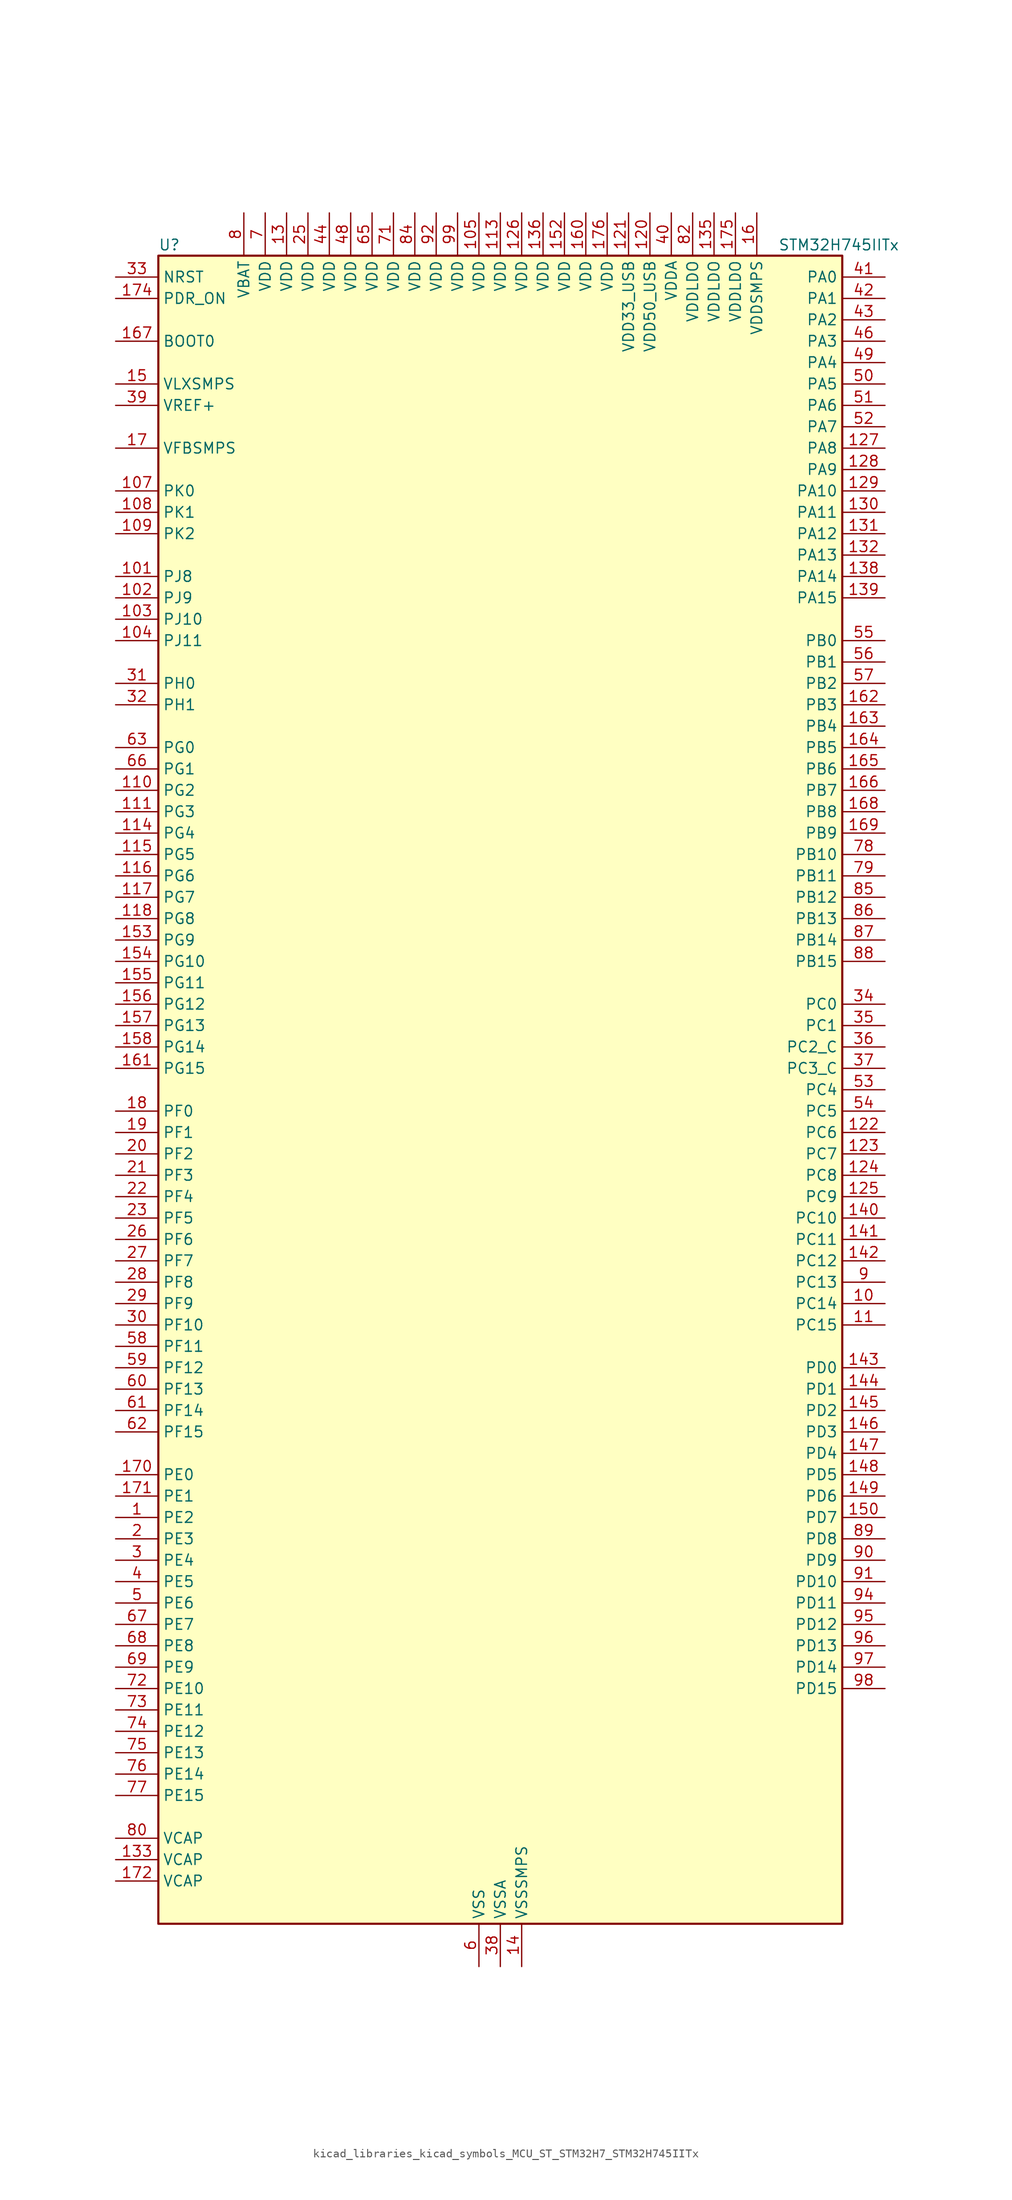
<source format=kicad_sym>
(kicad_symbol_lib
  (version 20220914)
  (generator kicad_symbol_editor)
  (symbol "kicad_libraries_kicad_symbols_MCU_ST_STM32H7_STM32H745IITx"
    (property "Reference" "U"
      (at -40.64 100.33 0)
      (effects (font (size 1.27 1.27)) (justify left)))
    (property "Value" "STM32H745IITx"
      (at 33.02 100.33 0)
      (effects (font (size 1.27 1.27)) (justify left)))
    (property "ki_locked" ""
      (at 0 0 0)
      (effects (font (size 1.27 1.27))))
    (symbol "kicad_libraries_kicad_symbols_MCU_ST_STM32H7_STM32H745IITx_0_1"
      (rectangle (start -40.64 -99.06) (end 40.64 99.06) (stroke (width 0.254) (type default)) (fill (type background))))
    (symbol "kicad_libraries_kicad_symbols_MCU_ST_STM32H7_STM32H745IITx_1_1"
      (pin bidirectional line (at -45.72 -50.8 0) (length 5.08) (name "PE2" (effects (font (size 1.27 1.27)))) (number "1" (effects (font (size 1.27 1.27)))) (alternate "DEBUG_TRACECLK" bidirectional line) (alternate "ETH_TXD3" bidirectional line) (alternate "FMC_A23" bidirectional line) (alternate "QUADSPI_BK1_IO2" bidirectional line) (alternate "SAI1_CK1" bidirectional line) (alternate "SAI1_MCLK_A" bidirectional line) (alternate "SAI4_CK1" bidirectional line) (alternate "SAI4_MCLK_A" bidirectional line) (alternate "SPI4_SCK" bidirectional line))
      (pin bidirectional line (at 45.72 -25.4 180) (length 5.08) (name "PC14" (effects (font (size 1.27 1.27)))) (number "10" (effects (font (size 1.27 1.27)))) (alternate "RCC_OSC32_IN" bidirectional line))
      (pin passive line (at -2.54 -104.14 90) (length 5.08) hide (name "VSS" (effects (font (size 1.27 1.27)))) (number "100" (effects (font (size 1.27 1.27)))))
      (pin bidirectional line (at -45.72 60.96 0) (length 5.08) (name "PJ8" (effects (font (size 1.27 1.27)))) (number "101" (effects (font (size 1.27 1.27)))) (alternate "LTDC_G1" bidirectional line) (alternate "TIM1_CH3N" bidirectional line) (alternate "TIM8_CH1" bidirectional line) (alternate "UART8_TX" bidirectional line))
      (pin bidirectional line (at -45.72 58.42 0) (length 5.08) (name "PJ9" (effects (font (size 1.27 1.27)))) (number "102" (effects (font (size 1.27 1.27)))) (alternate "DAC1_EXTI9" bidirectional line) (alternate "LTDC_G2" bidirectional line) (alternate "TIM1_CH3" bidirectional line) (alternate "TIM8_CH1N" bidirectional line) (alternate "UART8_RX" bidirectional line))
      (pin bidirectional line (at -45.72 55.88 0) (length 5.08) (name "PJ10" (effects (font (size 1.27 1.27)))) (number "103" (effects (font (size 1.27 1.27)))) (alternate "LTDC_G3" bidirectional line) (alternate "SPI5_MOSI" bidirectional line) (alternate "TIM1_CH2N" bidirectional line) (alternate "TIM8_CH2" bidirectional line))
      (pin bidirectional line (at -45.72 53.34 0) (length 5.08) (name "PJ11" (effects (font (size 1.27 1.27)))) (number "104" (effects (font (size 1.27 1.27)))) (alternate "ADC1_EXTI11" bidirectional line) (alternate "ADC2_EXTI11" bidirectional line) (alternate "ADC3_EXTI11" bidirectional line) (alternate "LTDC_G4" bidirectional line) (alternate "SPI5_MISO" bidirectional line) (alternate "TIM1_CH2" bidirectional line) (alternate "TIM8_CH2N" bidirectional line))
      (pin power_in line (at -2.54 104.14 270) (length 5.08) (name "VDD" (effects (font (size 1.27 1.27)))) (number "105" (effects (font (size 1.27 1.27)))))
      (pin passive line (at -2.54 -104.14 90) (length 5.08) hide (name "VSS" (effects (font (size 1.27 1.27)))) (number "106" (effects (font (size 1.27 1.27)))))
      (pin bidirectional line (at -45.72 71.12 0) (length 5.08) (name "PK0" (effects (font (size 1.27 1.27)))) (number "107" (effects (font (size 1.27 1.27)))) (alternate "LTDC_G5" bidirectional line) (alternate "SPI5_SCK" bidirectional line) (alternate "TIM1_CH1N" bidirectional line) (alternate "TIM8_CH3" bidirectional line))
      (pin bidirectional line (at -45.72 68.58 0) (length 5.08) (name "PK1" (effects (font (size 1.27 1.27)))) (number "108" (effects (font (size 1.27 1.27)))) (alternate "LTDC_G6" bidirectional line) (alternate "SPI5_NSS" bidirectional line) (alternate "TIM1_CH1" bidirectional line) (alternate "TIM8_CH3N" bidirectional line))
      (pin bidirectional line (at -45.72 66.04 0) (length 5.08) (name "PK2" (effects (font (size 1.27 1.27)))) (number "109" (effects (font (size 1.27 1.27)))) (alternate "LTDC_G7" bidirectional line) (alternate "TIM1_BKIN" bidirectional line) (alternate "TIM1_BKIN_COMP1" bidirectional line) (alternate "TIM1_BKIN_COMP2" bidirectional line) (alternate "TIM8_BKIN" bidirectional line) (alternate "TIM8_BKIN_COMP1" bidirectional line) (alternate "TIM8_BKIN_COMP2" bidirectional line))
      (pin bidirectional line (at 45.72 -27.94 180) (length 5.08) (name "PC15" (effects (font (size 1.27 1.27)))) (number "11" (effects (font (size 1.27 1.27)))) (alternate "ADC1_EXTI15" bidirectional line) (alternate "ADC2_EXTI15" bidirectional line) (alternate "ADC3_EXTI15" bidirectional line) (alternate "RCC_OSC32_OUT" bidirectional line))
      (pin bidirectional line (at -45.72 35.56 0) (length 5.08) (name "PG2" (effects (font (size 1.27 1.27)))) (number "110" (effects (font (size 1.27 1.27)))) (alternate "FMC_A12" bidirectional line) (alternate "TIM8_BKIN" bidirectional line) (alternate "TIM8_BKIN_COMP1" bidirectional line) (alternate "TIM8_BKIN_COMP2" bidirectional line))
      (pin bidirectional line (at -45.72 33.02 0) (length 5.08) (name "PG3" (effects (font (size 1.27 1.27)))) (number "111" (effects (font (size 1.27 1.27)))) (alternate "FMC_A13" bidirectional line) (alternate "TIM8_BKIN2" bidirectional line) (alternate "TIM8_BKIN2_COMP1" bidirectional line) (alternate "TIM8_BKIN2_COMP2" bidirectional line))
      (pin passive line (at -2.54 -104.14 90) (length 5.08) hide (name "VSS" (effects (font (size 1.27 1.27)))) (number "112" (effects (font (size 1.27 1.27)))))
      (pin power_in line (at 0 104.14 270) (length 5.08) (name "VDD" (effects (font (size 1.27 1.27)))) (number "113" (effects (font (size 1.27 1.27)))))
      (pin bidirectional line (at -45.72 30.48 0) (length 5.08) (name "PG4" (effects (font (size 1.27 1.27)))) (number "114" (effects (font (size 1.27 1.27)))) (alternate "FMC_A14" bidirectional line) (alternate "FMC_BA0" bidirectional line) (alternate "TIM1_BKIN2" bidirectional line) (alternate "TIM1_BKIN2_COMP1" bidirectional line) (alternate "TIM1_BKIN2_COMP2" bidirectional line))
      (pin bidirectional line (at -45.72 27.94 0) (length 5.08) (name "PG5" (effects (font (size 1.27 1.27)))) (number "115" (effects (font (size 1.27 1.27)))) (alternate "FMC_A15" bidirectional line) (alternate "FMC_BA1" bidirectional line) (alternate "TIM1_ETR" bidirectional line))
      (pin bidirectional line (at -45.72 25.4 0) (length 5.08) (name "PG6" (effects (font (size 1.27 1.27)))) (number "116" (effects (font (size 1.27 1.27)))) (alternate "DCMI_D12" bidirectional line) (alternate "FMC_NE3" bidirectional line) (alternate "HRTIM_CHE1" bidirectional line) (alternate "LTDC_R7" bidirectional line) (alternate "QUADSPI_BK1_NCS" bidirectional line) (alternate "TIM17_BKIN" bidirectional line))
      (pin bidirectional line (at -45.72 22.86 0) (length 5.08) (name "PG7" (effects (font (size 1.27 1.27)))) (number "117" (effects (font (size 1.27 1.27)))) (alternate "DCMI_D13" bidirectional line) (alternate "FMC_INT" bidirectional line) (alternate "HRTIM_CHE2" bidirectional line) (alternate "LTDC_CLK" bidirectional line) (alternate "SAI1_MCLK_A" bidirectional line) (alternate "USART6_CK" bidirectional line))
      (pin bidirectional line (at -45.72 20.32 0) (length 5.08) (name "PG8" (effects (font (size 1.27 1.27)))) (number "118" (effects (font (size 1.27 1.27)))) (alternate "ETH_PPS_OUT" bidirectional line) (alternate "FMC_SDCLK" bidirectional line) (alternate "LTDC_G7" bidirectional line) (alternate "SPDIFRX1_IN2" bidirectional line) (alternate "SPI6_NSS" bidirectional line) (alternate "TIM8_ETR" bidirectional line) (alternate "USART6_DE" bidirectional line) (alternate "USART6_RTS" bidirectional line))
      (pin passive line (at -2.54 -104.14 90) (length 5.08) hide (name "VSS" (effects (font (size 1.27 1.27)))) (number "119" (effects (font (size 1.27 1.27)))))
      (pin passive line (at -2.54 -104.14 90) (length 5.08) hide (name "VSS" (effects (font (size 1.27 1.27)))) (number "12" (effects (font (size 1.27 1.27)))))
      (pin power_in line (at 17.78 104.14 270) (length 5.08) (name "VDD50_USB" (effects (font (size 1.27 1.27)))) (number "120" (effects (font (size 1.27 1.27)))))
      (pin power_in line (at 15.24 104.14 270) (length 5.08) (name "VDD33_USB" (effects (font (size 1.27 1.27)))) (number "121" (effects (font (size 1.27 1.27)))))
      (pin bidirectional line (at 45.72 -5.08 180) (length 5.08) (name "PC6" (effects (font (size 1.27 1.27)))) (number "122" (effects (font (size 1.27 1.27)))) (alternate "DCMI_D0" bidirectional line) (alternate "DFSDM1_CKIN3" bidirectional line) (alternate "FMC_NWAIT" bidirectional line) (alternate "HRTIM_CHA1" bidirectional line) (alternate "I2S2_MCK" bidirectional line) (alternate "LTDC_HSYNC" bidirectional line) (alternate "SDMMC1_D0DIR" bidirectional line) (alternate "SDMMC1_D6" bidirectional line) (alternate "SDMMC2_D6" bidirectional line) (alternate "SWPMI1_IO" bidirectional line) (alternate "TIM3_CH1" bidirectional line) (alternate "TIM8_CH1" bidirectional line) (alternate "USART6_TX" bidirectional line))
      (pin bidirectional line (at 45.72 -7.62 180) (length 5.08) (name "PC7" (effects (font (size 1.27 1.27)))) (number "123" (effects (font (size 1.27 1.27)))) (alternate "DCMI_D1" bidirectional line) (alternate "DEBUG_TRGIO" bidirectional line) (alternate "DFSDM1_DATIN3" bidirectional line) (alternate "FMC_NE1" bidirectional line) (alternate "HRTIM_CHA2" bidirectional line) (alternate "I2S3_MCK" bidirectional line) (alternate "LTDC_G6" bidirectional line) (alternate "SDMMC1_D123DIR" bidirectional line) (alternate "SDMMC1_D7" bidirectional line) (alternate "SDMMC2_D7" bidirectional line) (alternate "SWPMI1_TX" bidirectional line) (alternate "TIM3_CH2" bidirectional line) (alternate "TIM8_CH2" bidirectional line) (alternate "USART6_RX" bidirectional line))
      (pin bidirectional line (at 45.72 -10.16 180) (length 5.08) (name "PC8" (effects (font (size 1.27 1.27)))) (number "124" (effects (font (size 1.27 1.27)))) (alternate "DCMI_D2" bidirectional line) (alternate "DEBUG_TRACED1" bidirectional line) (alternate "FMC_NCE" bidirectional line) (alternate "FMC_NE2" bidirectional line) (alternate "HRTIM_CHB1" bidirectional line) (alternate "SDMMC1_D0" bidirectional line) (alternate "SWPMI1_RX" bidirectional line) (alternate "TIM3_CH3" bidirectional line) (alternate "TIM8_CH3" bidirectional line) (alternate "UART5_DE" bidirectional line) (alternate "UART5_RTS" bidirectional line) (alternate "USART6_CK" bidirectional line))
      (pin bidirectional line (at 45.72 -12.7 180) (length 5.08) (name "PC9" (effects (font (size 1.27 1.27)))) (number "125" (effects (font (size 1.27 1.27)))) (alternate "DAC1_EXTI9" bidirectional line) (alternate "DCMI_D3" bidirectional line) (alternate "I2C3_SDA" bidirectional line) (alternate "I2S_CKIN" bidirectional line) (alternate "LTDC_B2" bidirectional line) (alternate "LTDC_G3" bidirectional line) (alternate "QUADSPI_BK1_IO0" bidirectional line) (alternate "RCC_MCO_2" bidirectional line) (alternate "SDMMC1_D1" bidirectional line) (alternate "SWPMI1_SUSPEND" bidirectional line) (alternate "TIM3_CH4" bidirectional line) (alternate "TIM8_CH4" bidirectional line) (alternate "UART5_CTS" bidirectional line))
      (pin power_in line (at 2.54 104.14 270) (length 5.08) (name "VDD" (effects (font (size 1.27 1.27)))) (number "126" (effects (font (size 1.27 1.27)))))
      (pin bidirectional line (at 45.72 76.2 180) (length 5.08) (name "PA8" (effects (font (size 1.27 1.27)))) (number "127" (effects (font (size 1.27 1.27)))) (alternate "HRTIM_CHB2" bidirectional line) (alternate "I2C3_SCL" bidirectional line) (alternate "LTDC_B3" bidirectional line) (alternate "LTDC_R6" bidirectional line) (alternate "RCC_MCO_1" bidirectional line) (alternate "TIM1_CH1" bidirectional line) (alternate "TIM8_BKIN2" bidirectional line) (alternate "TIM8_BKIN2_COMP1" bidirectional line) (alternate "TIM8_BKIN2_COMP2" bidirectional line) (alternate "UART7_RX" bidirectional line) (alternate "USART1_CK" bidirectional line) (alternate "USB_OTG_FS_SOF" bidirectional line))
      (pin bidirectional line (at 45.72 73.66 180) (length 5.08) (name "PA9" (effects (font (size 1.27 1.27)))) (number "128" (effects (font (size 1.27 1.27)))) (alternate "DAC1_EXTI9" bidirectional line) (alternate "DCMI_D0" bidirectional line) (alternate "HRTIM_CHC1" bidirectional line) (alternate "I2C3_SMBA" bidirectional line) (alternate "I2S2_CK" bidirectional line) (alternate "LPUART1_TX" bidirectional line) (alternate "LTDC_R5" bidirectional line) (alternate "SPI2_SCK" bidirectional line) (alternate "TIM1_CH2" bidirectional line) (alternate "USART1_TX" bidirectional line) (alternate "USB_OTG_FS_VBUS" bidirectional line))
      (pin bidirectional line (at 45.72 71.12 180) (length 5.08) (name "PA10" (effects (font (size 1.27 1.27)))) (number "129" (effects (font (size 1.27 1.27)))) (alternate "DCMI_D1" bidirectional line) (alternate "HRTIM_CHC2" bidirectional line) (alternate "LPUART1_RX" bidirectional line) (alternate "LTDC_B1" bidirectional line) (alternate "LTDC_B4" bidirectional line) (alternate "MDIOS_MDIO" bidirectional line) (alternate "TIM1_CH3" bidirectional line) (alternate "USART1_RX" bidirectional line) (alternate "USB_OTG_FS_ID" bidirectional line))
      (pin power_in line (at -25.4 104.14 270) (length 5.08) (name "VDD" (effects (font (size 1.27 1.27)))) (number "13" (effects (font (size 1.27 1.27)))))
      (pin bidirectional line (at 45.72 68.58 180) (length 5.08) (name "PA11" (effects (font (size 1.27 1.27)))) (number "130" (effects (font (size 1.27 1.27)))) (alternate "ADC1_EXTI11" bidirectional line) (alternate "ADC2_EXTI11" bidirectional line) (alternate "ADC3_EXTI11" bidirectional line) (alternate "FDCAN1_RX" bidirectional line) (alternate "HRTIM_CHD1" bidirectional line) (alternate "I2S2_WS" bidirectional line) (alternate "LPUART1_CTS" bidirectional line) (alternate "LTDC_R4" bidirectional line) (alternate "SPI2_NSS" bidirectional line) (alternate "TIM1_CH4" bidirectional line) (alternate "UART4_RX" bidirectional line) (alternate "USART1_CTS" bidirectional line) (alternate "USART1_NSS" bidirectional line) (alternate "USB_OTG_FS_DM" bidirectional line))
      (pin bidirectional line (at 45.72 66.04 180) (length 5.08) (name "PA12" (effects (font (size 1.27 1.27)))) (number "131" (effects (font (size 1.27 1.27)))) (alternate "FDCAN1_TX" bidirectional line) (alternate "HRTIM_CHD2" bidirectional line) (alternate "I2S2_CK" bidirectional line) (alternate "LPUART1_DE" bidirectional line) (alternate "LPUART1_RTS" bidirectional line) (alternate "LTDC_R5" bidirectional line) (alternate "SAI2_FS_B" bidirectional line) (alternate "SPI2_SCK" bidirectional line) (alternate "TIM1_ETR" bidirectional line) (alternate "UART4_TX" bidirectional line) (alternate "USART1_DE" bidirectional line) (alternate "USART1_RTS" bidirectional line) (alternate "USB_OTG_FS_DP" bidirectional line))
      (pin bidirectional line (at 45.72 63.5 180) (length 5.08) (name "PA13" (effects (font (size 1.27 1.27)))) (number "132" (effects (font (size 1.27 1.27)))) (alternate "DEBUG_JTMS-SWDIO" bidirectional line))
      (pin power_out line (at -45.72 -91.44 0) (length 5.08) (name "VCAP" (effects (font (size 1.27 1.27)))) (number "133" (effects (font (size 1.27 1.27)))))
      (pin passive line (at -2.54 -104.14 90) (length 5.08) hide (name "VSS" (effects (font (size 1.27 1.27)))) (number "134" (effects (font (size 1.27 1.27)))))
      (pin power_in line (at 25.4 104.14 270) (length 5.08) (name "VDDLDO" (effects (font (size 1.27 1.27)))) (number "135" (effects (font (size 1.27 1.27)))))
      (pin power_in line (at 5.08 104.14 270) (length 5.08) (name "VDD" (effects (font (size 1.27 1.27)))) (number "136" (effects (font (size 1.27 1.27)))))
      (pin passive line (at -2.54 -104.14 90) (length 5.08) hide (name "VSS" (effects (font (size 1.27 1.27)))) (number "137" (effects (font (size 1.27 1.27)))))
      (pin bidirectional line (at 45.72 60.96 180) (length 5.08) (name "PA14" (effects (font (size 1.27 1.27)))) (number "138" (effects (font (size 1.27 1.27)))) (alternate "DEBUG_JTCK-SWCLK" bidirectional line))
      (pin bidirectional line (at 45.72 58.42 180) (length 5.08) (name "PA15" (effects (font (size 1.27 1.27)))) (number "139" (effects (font (size 1.27 1.27)))) (alternate "ADC1_EXTI15" bidirectional line) (alternate "ADC2_EXTI15" bidirectional line) (alternate "ADC3_EXTI15" bidirectional line) (alternate "CEC" bidirectional line) (alternate "DEBUG_JTDI" bidirectional line) (alternate "HRTIM_FLT1" bidirectional line) (alternate "I2S1_WS" bidirectional line) (alternate "I2S3_WS" bidirectional line) (alternate "SPI1_NSS" bidirectional line) (alternate "SPI3_NSS" bidirectional line) (alternate "SPI6_NSS" bidirectional line) (alternate "TIM2_CH1" bidirectional line) (alternate "TIM2_ETR" bidirectional line) (alternate "UART4_DE" bidirectional line) (alternate "UART4_RTS" bidirectional line) (alternate "UART7_TX" bidirectional line))
      (pin power_in line (at 2.54 -104.14 90) (length 5.08) (name "VSSSMPS" (effects (font (size 1.27 1.27)))) (number "14" (effects (font (size 1.27 1.27)))))
      (pin bidirectional line (at 45.72 -15.24 180) (length 5.08) (name "PC10" (effects (font (size 1.27 1.27)))) (number "140" (effects (font (size 1.27 1.27)))) (alternate "DCMI_D8" bidirectional line) (alternate "DFSDM1_CKIN5" bidirectional line) (alternate "HRTIM_EEV1" bidirectional line) (alternate "I2S3_CK" bidirectional line) (alternate "LTDC_R2" bidirectional line) (alternate "QUADSPI_BK1_IO1" bidirectional line) (alternate "SDMMC1_D2" bidirectional line) (alternate "SPI3_SCK" bidirectional line) (alternate "UART4_TX" bidirectional line) (alternate "USART3_TX" bidirectional line))
      (pin bidirectional line (at 45.72 -17.78 180) (length 5.08) (name "PC11" (effects (font (size 1.27 1.27)))) (number "141" (effects (font (size 1.27 1.27)))) (alternate "ADC1_EXTI11" bidirectional line) (alternate "ADC2_EXTI11" bidirectional line) (alternate "ADC3_EXTI11" bidirectional line) (alternate "DCMI_D4" bidirectional line) (alternate "DFSDM1_DATIN5" bidirectional line) (alternate "HRTIM_FLT2" bidirectional line) (alternate "I2S3_SDI" bidirectional line) (alternate "QUADSPI_BK2_NCS" bidirectional line) (alternate "SDMMC1_D3" bidirectional line) (alternate "SPI3_MISO" bidirectional line) (alternate "UART4_RX" bidirectional line) (alternate "USART3_RX" bidirectional line))
      (pin bidirectional line (at 45.72 -20.32 180) (length 5.08) (name "PC12" (effects (font (size 1.27 1.27)))) (number "142" (effects (font (size 1.27 1.27)))) (alternate "DCMI_D9" bidirectional line) (alternate "DEBUG_TRACED3" bidirectional line) (alternate "HRTIM_EEV2" bidirectional line) (alternate "I2S3_SDO" bidirectional line) (alternate "SDMMC1_CK" bidirectional line) (alternate "SPI3_MOSI" bidirectional line) (alternate "UART5_TX" bidirectional line) (alternate "USART3_CK" bidirectional line))
      (pin bidirectional line (at 45.72 -33.02 180) (length 5.08) (name "PD0" (effects (font (size 1.27 1.27)))) (number "143" (effects (font (size 1.27 1.27)))) (alternate "DFSDM1_CKIN6" bidirectional line) (alternate "FDCAN1_RX" bidirectional line) (alternate "FMC_D2" bidirectional line) (alternate "FMC_DA2" bidirectional line) (alternate "SAI3_SCK_A" bidirectional line) (alternate "UART4_RX" bidirectional line))
      (pin bidirectional line (at 45.72 -35.56 180) (length 5.08) (name "PD1" (effects (font (size 1.27 1.27)))) (number "144" (effects (font (size 1.27 1.27)))) (alternate "DFSDM1_DATIN6" bidirectional line) (alternate "FDCAN1_TX" bidirectional line) (alternate "FMC_D3" bidirectional line) (alternate "FMC_DA3" bidirectional line) (alternate "SAI3_SD_A" bidirectional line) (alternate "UART4_TX" bidirectional line))
      (pin bidirectional line (at 45.72 -38.1 180) (length 5.08) (name "PD2" (effects (font (size 1.27 1.27)))) (number "145" (effects (font (size 1.27 1.27)))) (alternate "DCMI_D11" bidirectional line) (alternate "DEBUG_TRACED2" bidirectional line) (alternate "SDMMC1_CMD" bidirectional line) (alternate "TIM3_ETR" bidirectional line) (alternate "UART5_RX" bidirectional line))
      (pin bidirectional line (at 45.72 -40.64 180) (length 5.08) (name "PD3" (effects (font (size 1.27 1.27)))) (number "146" (effects (font (size 1.27 1.27)))) (alternate "DCMI_D5" bidirectional line) (alternate "DFSDM1_CKOUT" bidirectional line) (alternate "FMC_CLK" bidirectional line) (alternate "I2S2_CK" bidirectional line) (alternate "LTDC_G7" bidirectional line) (alternate "SPI2_SCK" bidirectional line) (alternate "USART2_CTS" bidirectional line) (alternate "USART2_NSS" bidirectional line))
      (pin bidirectional line (at 45.72 -43.18 180) (length 5.08) (name "PD4" (effects (font (size 1.27 1.27)))) (number "147" (effects (font (size 1.27 1.27)))) (alternate "FMC_NOE" bidirectional line) (alternate "HRTIM_FLT3" bidirectional line) (alternate "SAI3_FS_A" bidirectional line) (alternate "USART2_DE" bidirectional line) (alternate "USART2_RTS" bidirectional line))
      (pin bidirectional line (at 45.72 -45.72 180) (length 5.08) (name "PD5" (effects (font (size 1.27 1.27)))) (number "148" (effects (font (size 1.27 1.27)))) (alternate "FMC_NWE" bidirectional line) (alternate "HRTIM_EEV3" bidirectional line) (alternate "USART2_TX" bidirectional line))
      (pin bidirectional line (at 45.72 -48.26 180) (length 5.08) (name "PD6" (effects (font (size 1.27 1.27)))) (number "149" (effects (font (size 1.27 1.27)))) (alternate "DCMI_D10" bidirectional line) (alternate "DFSDM1_CKIN4" bidirectional line) (alternate "DFSDM1_DATIN1" bidirectional line) (alternate "FMC_NWAIT" bidirectional line) (alternate "I2S3_SDO" bidirectional line) (alternate "LTDC_B2" bidirectional line) (alternate "SAI1_D1" bidirectional line) (alternate "SAI1_SD_A" bidirectional line) (alternate "SAI4_D1" bidirectional line) (alternate "SAI4_SD_A" bidirectional line) (alternate "SDMMC2_CK" bidirectional line) (alternate "SPI3_MOSI" bidirectional line) (alternate "USART2_RX" bidirectional line))
      (pin power_in line (at -45.72 83.82 0) (length 5.08) (name "VLXSMPS" (effects (font (size 1.27 1.27)))) (number "15" (effects (font (size 1.27 1.27)))))
      (pin bidirectional line (at 45.72 -50.8 180) (length 5.08) (name "PD7" (effects (font (size 1.27 1.27)))) (number "150" (effects (font (size 1.27 1.27)))) (alternate "DFSDM1_CKIN1" bidirectional line) (alternate "DFSDM1_DATIN4" bidirectional line) (alternate "FMC_NE1" bidirectional line) (alternate "I2S1_SDO" bidirectional line) (alternate "SDMMC2_CMD" bidirectional line) (alternate "SPDIFRX1_IN0" bidirectional line) (alternate "SPI1_MOSI" bidirectional line) (alternate "USART2_CK" bidirectional line))
      (pin passive line (at -2.54 -104.14 90) (length 5.08) hide (name "VSS" (effects (font (size 1.27 1.27)))) (number "151" (effects (font (size 1.27 1.27)))))
      (pin power_in line (at 7.62 104.14 270) (length 5.08) (name "VDD" (effects (font (size 1.27 1.27)))) (number "152" (effects (font (size 1.27 1.27)))))
      (pin bidirectional line (at -45.72 17.78 0) (length 5.08) (name "PG9" (effects (font (size 1.27 1.27)))) (number "153" (effects (font (size 1.27 1.27)))) (alternate "DAC1_EXTI9" bidirectional line) (alternate "DCMI_VSYNC" bidirectional line) (alternate "FMC_NCE" bidirectional line) (alternate "FMC_NE2" bidirectional line) (alternate "I2S1_SDI" bidirectional line) (alternate "QUADSPI_BK2_IO2" bidirectional line) (alternate "SAI2_FS_B" bidirectional line) (alternate "SPDIFRX1_IN3" bidirectional line) (alternate "SPI1_MISO" bidirectional line) (alternate "USART6_RX" bidirectional line))
      (pin bidirectional line (at -45.72 15.24 0) (length 5.08) (name "PG10" (effects (font (size 1.27 1.27)))) (number "154" (effects (font (size 1.27 1.27)))) (alternate "DCMI_D2" bidirectional line) (alternate "FMC_NE3" bidirectional line) (alternate "HRTIM_FLT5" bidirectional line) (alternate "I2S1_WS" bidirectional line) (alternate "LTDC_B2" bidirectional line) (alternate "LTDC_G3" bidirectional line) (alternate "SAI2_SD_B" bidirectional line) (alternate "SPI1_NSS" bidirectional line))
      (pin bidirectional line (at -45.72 12.7 0) (length 5.08) (name "PG11" (effects (font (size 1.27 1.27)))) (number "155" (effects (font (size 1.27 1.27)))) (alternate "ADC1_EXTI11" bidirectional line) (alternate "ADC2_EXTI11" bidirectional line) (alternate "ADC3_EXTI11" bidirectional line) (alternate "DCMI_D3" bidirectional line) (alternate "ETH_TX_EN" bidirectional line) (alternate "HRTIM_EEV4" bidirectional line) (alternate "I2S1_CK" bidirectional line) (alternate "LPTIM1_IN2" bidirectional line) (alternate "LTDC_B3" bidirectional line) (alternate "SDMMC2_D2" bidirectional line) (alternate "SPDIFRX1_IN0" bidirectional line) (alternate "SPI1_SCK" bidirectional line))
      (pin bidirectional line (at -45.72 10.16 0) (length 5.08) (name "PG12" (effects (font (size 1.27 1.27)))) (number "156" (effects (font (size 1.27 1.27)))) (alternate "ETH_TXD1" bidirectional line) (alternate "FMC_NE4" bidirectional line) (alternate "HRTIM_EEV5" bidirectional line) (alternate "LPTIM1_IN1" bidirectional line) (alternate "LTDC_B1" bidirectional line) (alternate "LTDC_B4" bidirectional line) (alternate "SPDIFRX1_IN1" bidirectional line) (alternate "SPI6_MISO" bidirectional line) (alternate "USART6_DE" bidirectional line) (alternate "USART6_RTS" bidirectional line))
      (pin bidirectional line (at -45.72 7.62 0) (length 5.08) (name "PG13" (effects (font (size 1.27 1.27)))) (number "157" (effects (font (size 1.27 1.27)))) (alternate "DEBUG_TRACED0" bidirectional line) (alternate "ETH_TXD0" bidirectional line) (alternate "FMC_A24" bidirectional line) (alternate "HRTIM_EEV10" bidirectional line) (alternate "LPTIM1_OUT" bidirectional line) (alternate "LTDC_R0" bidirectional line) (alternate "SPI6_SCK" bidirectional line) (alternate "USART6_CTS" bidirectional line) (alternate "USART6_NSS" bidirectional line))
      (pin bidirectional line (at -45.72 5.08 0) (length 5.08) (name "PG14" (effects (font (size 1.27 1.27)))) (number "158" (effects (font (size 1.27 1.27)))) (alternate "DEBUG_TRACED1" bidirectional line) (alternate "ETH_TXD1" bidirectional line) (alternate "FMC_A25" bidirectional line) (alternate "LPTIM1_ETR" bidirectional line) (alternate "LTDC_B0" bidirectional line) (alternate "QUADSPI_BK2_IO3" bidirectional line) (alternate "SPI6_MOSI" bidirectional line) (alternate "USART6_TX" bidirectional line))
      (pin passive line (at -2.54 -104.14 90) (length 5.08) hide (name "VSS" (effects (font (size 1.27 1.27)))) (number "159" (effects (font (size 1.27 1.27)))))
      (pin power_in line (at 30.48 104.14 270) (length 5.08) (name "VDDSMPS" (effects (font (size 1.27 1.27)))) (number "16" (effects (font (size 1.27 1.27)))))
      (pin power_in line (at 10.16 104.14 270) (length 5.08) (name "VDD" (effects (font (size 1.27 1.27)))) (number "160" (effects (font (size 1.27 1.27)))))
      (pin bidirectional line (at -45.72 2.54 0) (length 5.08) (name "PG15" (effects (font (size 1.27 1.27)))) (number "161" (effects (font (size 1.27 1.27)))) (alternate "ADC1_EXTI15" bidirectional line) (alternate "ADC2_EXTI15" bidirectional line) (alternate "ADC3_EXTI15" bidirectional line) (alternate "DCMI_D13" bidirectional line) (alternate "FMC_SDNCAS" bidirectional line) (alternate "USART6_CTS" bidirectional line) (alternate "USART6_NSS" bidirectional line))
      (pin bidirectional line (at 45.72 45.72 180) (length 5.08) (name "PB3" (effects (font (size 1.27 1.27)))) (number "162" (effects (font (size 1.27 1.27)))) (alternate "CRS_SYNC" bidirectional line) (alternate "DEBUG_JTDO-SWO" bidirectional line) (alternate "HRTIM_FLT4" bidirectional line) (alternate "I2S1_CK" bidirectional line) (alternate "I2S3_CK" bidirectional line) (alternate "SDMMC2_D2" bidirectional line) (alternate "SPI1_SCK" bidirectional line) (alternate "SPI3_SCK" bidirectional line) (alternate "SPI6_SCK" bidirectional line) (alternate "TIM2_CH2" bidirectional line) (alternate "UART7_RX" bidirectional line))
      (pin bidirectional line (at 45.72 43.18 180) (length 5.08) (name "PB4" (effects (font (size 1.27 1.27)))) (number "163" (effects (font (size 1.27 1.27)))) (alternate "DEBUG_JTRST" bidirectional line) (alternate "HRTIM_EEV6" bidirectional line) (alternate "I2S1_SDI" bidirectional line) (alternate "I2S2_WS" bidirectional line) (alternate "I2S3_SDI" bidirectional line) (alternate "SDMMC2_D3" bidirectional line) (alternate "SPI1_MISO" bidirectional line) (alternate "SPI2_NSS" bidirectional line) (alternate "SPI3_MISO" bidirectional line) (alternate "SPI6_MISO" bidirectional line) (alternate "TIM16_BKIN" bidirectional line) (alternate "TIM3_CH1" bidirectional line) (alternate "UART7_TX" bidirectional line))
      (pin bidirectional line (at 45.72 40.64 180) (length 5.08) (name "PB5" (effects (font (size 1.27 1.27)))) (number "164" (effects (font (size 1.27 1.27)))) (alternate "DCMI_D10" bidirectional line) (alternate "ETH_PPS_OUT" bidirectional line) (alternate "FDCAN2_RX" bidirectional line) (alternate "FMC_SDCKE1" bidirectional line) (alternate "HRTIM_EEV7" bidirectional line) (alternate "I2C1_SMBA" bidirectional line) (alternate "I2C4_SMBA" bidirectional line) (alternate "I2S1_SDO" bidirectional line) (alternate "I2S3_SDO" bidirectional line) (alternate "SPI1_MOSI" bidirectional line) (alternate "SPI3_MOSI" bidirectional line) (alternate "SPI6_MOSI" bidirectional line) (alternate "TIM17_BKIN" bidirectional line) (alternate "TIM3_CH2" bidirectional line) (alternate "UART5_RX" bidirectional line) (alternate "USB_OTG_HS_ULPI_D7" bidirectional line))
      (pin bidirectional line (at 45.72 38.1 180) (length 5.08) (name "PB6" (effects (font (size 1.27 1.27)))) (number "165" (effects (font (size 1.27 1.27)))) (alternate "CEC" bidirectional line) (alternate "DCMI_D5" bidirectional line) (alternate "DFSDM1_DATIN5" bidirectional line) (alternate "FDCAN2_TX" bidirectional line) (alternate "FMC_SDNE1" bidirectional line) (alternate "HRTIM_EEV8" bidirectional line) (alternate "I2C1_SCL" bidirectional line) (alternate "I2C4_SCL" bidirectional line) (alternate "LPUART1_TX" bidirectional line) (alternate "QUADSPI_BK1_NCS" bidirectional line) (alternate "TIM16_CH1N" bidirectional line) (alternate "TIM4_CH1" bidirectional line) (alternate "UART5_TX" bidirectional line) (alternate "USART1_TX" bidirectional line))
      (pin bidirectional line (at 45.72 35.56 180) (length 5.08) (name "PB7" (effects (font (size 1.27 1.27)))) (number "166" (effects (font (size 1.27 1.27)))) (alternate "DCMI_VSYNC" bidirectional line) (alternate "DFSDM1_CKIN5" bidirectional line) (alternate "FMC_NL" bidirectional line) (alternate "HRTIM_EEV9" bidirectional line) (alternate "I2C1_SDA" bidirectional line) (alternate "I2C4_SDA" bidirectional line) (alternate "LPUART1_RX" bidirectional line) (alternate "PWR_PVD_IN" bidirectional line) (alternate "TIM17_CH1N" bidirectional line) (alternate "TIM4_CH2" bidirectional line) (alternate "USART1_RX" bidirectional line))
      (pin input line (at -45.72 88.9 0) (length 5.08) (name "BOOT0" (effects (font (size 1.27 1.27)))) (number "167" (effects (font (size 1.27 1.27)))))
      (pin bidirectional line (at 45.72 33.02 180) (length 5.08) (name "PB8" (effects (font (size 1.27 1.27)))) (number "168" (effects (font (size 1.27 1.27)))) (alternate "DCMI_D6" bidirectional line) (alternate "DFSDM1_CKIN7" bidirectional line) (alternate "ETH_TXD3" bidirectional line) (alternate "FDCAN1_RX" bidirectional line) (alternate "I2C1_SCL" bidirectional line) (alternate "I2C4_SCL" bidirectional line) (alternate "LTDC_B6" bidirectional line) (alternate "SDMMC1_CKIN" bidirectional line) (alternate "SDMMC1_D4" bidirectional line) (alternate "SDMMC2_D4" bidirectional line) (alternate "TIM16_CH1" bidirectional line) (alternate "TIM4_CH3" bidirectional line) (alternate "UART4_RX" bidirectional line))
      (pin bidirectional line (at 45.72 30.48 180) (length 5.08) (name "PB9" (effects (font (size 1.27 1.27)))) (number "169" (effects (font (size 1.27 1.27)))) (alternate "DAC1_EXTI9" bidirectional line) (alternate "DCMI_D7" bidirectional line) (alternate "DFSDM1_DATIN7" bidirectional line) (alternate "FDCAN1_TX" bidirectional line) (alternate "I2C1_SDA" bidirectional line) (alternate "I2C4_SDA" bidirectional line) (alternate "I2C4_SMBA" bidirectional line) (alternate "I2S2_WS" bidirectional line) (alternate "LTDC_B7" bidirectional line) (alternate "SDMMC1_CDIR" bidirectional line) (alternate "SDMMC1_D5" bidirectional line) (alternate "SDMMC2_D5" bidirectional line) (alternate "SPI2_NSS" bidirectional line) (alternate "TIM17_CH1" bidirectional line) (alternate "TIM4_CH4" bidirectional line) (alternate "UART4_TX" bidirectional line))
      (pin input line (at -45.72 76.2 0) (length 5.08) (name "VFBSMPS" (effects (font (size 1.27 1.27)))) (number "17" (effects (font (size 1.27 1.27)))))
      (pin bidirectional line (at -45.72 -45.72 0) (length 5.08) (name "PE0" (effects (font (size 1.27 1.27)))) (number "170" (effects (font (size 1.27 1.27)))) (alternate "DCMI_D2" bidirectional line) (alternate "FMC_NBL0" bidirectional line) (alternate "HRTIM_SCIN" bidirectional line) (alternate "LPTIM1_ETR" bidirectional line) (alternate "LPTIM2_ETR" bidirectional line) (alternate "SAI2_MCLK_A" bidirectional line) (alternate "TIM4_ETR" bidirectional line) (alternate "UART8_RX" bidirectional line))
      (pin bidirectional line (at -45.72 -48.26 0) (length 5.08) (name "PE1" (effects (font (size 1.27 1.27)))) (number "171" (effects (font (size 1.27 1.27)))) (alternate "DCMI_D3" bidirectional line) (alternate "FMC_NBL1" bidirectional line) (alternate "HRTIM_SCOUT" bidirectional line) (alternate "LPTIM1_IN2" bidirectional line) (alternate "UART8_TX" bidirectional line))
      (pin power_out line (at -45.72 -93.98 0) (length 5.08) (name "VCAP" (effects (font (size 1.27 1.27)))) (number "172" (effects (font (size 1.27 1.27)))))
      (pin passive line (at -2.54 -104.14 90) (length 5.08) hide (name "VSS" (effects (font (size 1.27 1.27)))) (number "173" (effects (font (size 1.27 1.27)))))
      (pin input line (at -45.72 93.98 0) (length 5.08) (name "PDR_ON" (effects (font (size 1.27 1.27)))) (number "174" (effects (font (size 1.27 1.27)))))
      (pin power_in line (at 27.94 104.14 270) (length 5.08) (name "VDDLDO" (effects (font (size 1.27 1.27)))) (number "175" (effects (font (size 1.27 1.27)))))
      (pin power_in line (at 12.7 104.14 270) (length 5.08) (name "VDD" (effects (font (size 1.27 1.27)))) (number "176" (effects (font (size 1.27 1.27)))))
      (pin bidirectional line (at -45.72 -2.54 0) (length 5.08) (name "PF0" (effects (font (size 1.27 1.27)))) (number "18" (effects (font (size 1.27 1.27)))) (alternate "FMC_A0" bidirectional line) (alternate "I2C2_SDA" bidirectional line))
      (pin bidirectional line (at -45.72 -5.08 0) (length 5.08) (name "PF1" (effects (font (size 1.27 1.27)))) (number "19" (effects (font (size 1.27 1.27)))) (alternate "FMC_A1" bidirectional line) (alternate "I2C2_SCL" bidirectional line))
      (pin bidirectional line (at -45.72 -53.34 0) (length 5.08) (name "PE3" (effects (font (size 1.27 1.27)))) (number "2" (effects (font (size 1.27 1.27)))) (alternate "DEBUG_TRACED0" bidirectional line) (alternate "FMC_A19" bidirectional line) (alternate "SAI1_SD_B" bidirectional line) (alternate "SAI4_SD_B" bidirectional line) (alternate "TIM15_BKIN" bidirectional line))
      (pin bidirectional line (at -45.72 -7.62 0) (length 5.08) (name "PF2" (effects (font (size 1.27 1.27)))) (number "20" (effects (font (size 1.27 1.27)))) (alternate "FMC_A2" bidirectional line) (alternate "I2C2_SMBA" bidirectional line))
      (pin bidirectional line (at -45.72 -10.16 0) (length 5.08) (name "PF3" (effects (font (size 1.27 1.27)))) (number "21" (effects (font (size 1.27 1.27)))) (alternate "ADC3_INP5" bidirectional line) (alternate "FMC_A3" bidirectional line))
      (pin bidirectional line (at -45.72 -12.7 0) (length 5.08) (name "PF4" (effects (font (size 1.27 1.27)))) (number "22" (effects (font (size 1.27 1.27)))) (alternate "ADC3_INN5" bidirectional line) (alternate "ADC3_INP9" bidirectional line) (alternate "FMC_A4" bidirectional line))
      (pin bidirectional line (at -45.72 -15.24 0) (length 5.08) (name "PF5" (effects (font (size 1.27 1.27)))) (number "23" (effects (font (size 1.27 1.27)))) (alternate "ADC3_INP4" bidirectional line) (alternate "FMC_A5" bidirectional line))
      (pin passive line (at -2.54 -104.14 90) (length 5.08) hide (name "VSS" (effects (font (size 1.27 1.27)))) (number "24" (effects (font (size 1.27 1.27)))))
      (pin power_in line (at -22.86 104.14 270) (length 5.08) (name "VDD" (effects (font (size 1.27 1.27)))) (number "25" (effects (font (size 1.27 1.27)))))
      (pin bidirectional line (at -45.72 -17.78 0) (length 5.08) (name "PF6" (effects (font (size 1.27 1.27)))) (number "26" (effects (font (size 1.27 1.27)))) (alternate "ADC3_INN4" bidirectional line) (alternate "ADC3_INP8" bidirectional line) (alternate "QUADSPI_BK1_IO3" bidirectional line) (alternate "SAI1_SD_B" bidirectional line) (alternate "SAI4_SD_B" bidirectional line) (alternate "SPI5_NSS" bidirectional line) (alternate "TIM16_CH1" bidirectional line) (alternate "UART7_RX" bidirectional line))
      (pin bidirectional line (at -45.72 -20.32 0) (length 5.08) (name "PF7" (effects (font (size 1.27 1.27)))) (number "27" (effects (font (size 1.27 1.27)))) (alternate "ADC3_INP3" bidirectional line) (alternate "QUADSPI_BK1_IO2" bidirectional line) (alternate "SAI1_MCLK_B" bidirectional line) (alternate "SAI4_MCLK_B" bidirectional line) (alternate "SPI5_SCK" bidirectional line) (alternate "TIM17_CH1" bidirectional line) (alternate "UART7_TX" bidirectional line))
      (pin bidirectional line (at -45.72 -22.86 0) (length 5.08) (name "PF8" (effects (font (size 1.27 1.27)))) (number "28" (effects (font (size 1.27 1.27)))) (alternate "ADC3_INN3" bidirectional line) (alternate "ADC3_INP7" bidirectional line) (alternate "QUADSPI_BK1_IO0" bidirectional line) (alternate "SAI1_SCK_B" bidirectional line) (alternate "SAI4_SCK_B" bidirectional line) (alternate "SPI5_MISO" bidirectional line) (alternate "TIM13_CH1" bidirectional line) (alternate "TIM16_CH1N" bidirectional line) (alternate "UART7_DE" bidirectional line) (alternate "UART7_RTS" bidirectional line))
      (pin bidirectional line (at -45.72 -25.4 0) (length 5.08) (name "PF9" (effects (font (size 1.27 1.27)))) (number "29" (effects (font (size 1.27 1.27)))) (alternate "ADC3_INP2" bidirectional line) (alternate "DAC1_EXTI9" bidirectional line) (alternate "QUADSPI_BK1_IO1" bidirectional line) (alternate "SAI1_FS_B" bidirectional line) (alternate "SAI4_FS_B" bidirectional line) (alternate "SPI5_MOSI" bidirectional line) (alternate "TIM14_CH1" bidirectional line) (alternate "TIM17_CH1N" bidirectional line) (alternate "UART7_CTS" bidirectional line))
      (pin bidirectional line (at -45.72 -55.88 0) (length 5.08) (name "PE4" (effects (font (size 1.27 1.27)))) (number "3" (effects (font (size 1.27 1.27)))) (alternate "DCMI_D4" bidirectional line) (alternate "DEBUG_TRACED1" bidirectional line) (alternate "DFSDM1_DATIN3" bidirectional line) (alternate "FMC_A20" bidirectional line) (alternate "LTDC_B0" bidirectional line) (alternate "SAI1_D2" bidirectional line) (alternate "SAI1_FS_A" bidirectional line) (alternate "SAI4_D2" bidirectional line) (alternate "SAI4_FS_A" bidirectional line) (alternate "SPI4_NSS" bidirectional line) (alternate "TIM15_CH1N" bidirectional line))
      (pin bidirectional line (at -45.72 -27.94 0) (length 5.08) (name "PF10" (effects (font (size 1.27 1.27)))) (number "30" (effects (font (size 1.27 1.27)))) (alternate "ADC3_INN2" bidirectional line) (alternate "ADC3_INP6" bidirectional line) (alternate "DCMI_D11" bidirectional line) (alternate "LTDC_DE" bidirectional line) (alternate "QUADSPI_CLK" bidirectional line) (alternate "SAI1_D3" bidirectional line) (alternate "SAI4_D3" bidirectional line) (alternate "TIM16_BKIN" bidirectional line))
      (pin bidirectional line (at -45.72 48.26 0) (length 5.08) (name "PH0" (effects (font (size 1.27 1.27)))) (number "31" (effects (font (size 1.27 1.27)))) (alternate "RCC_OSC_IN" bidirectional line))
      (pin bidirectional line (at -45.72 45.72 0) (length 5.08) (name "PH1" (effects (font (size 1.27 1.27)))) (number "32" (effects (font (size 1.27 1.27)))) (alternate "RCC_OSC_OUT" bidirectional line))
      (pin input line (at -45.72 96.52 0) (length 5.08) (name "NRST" (effects (font (size 1.27 1.27)))) (number "33" (effects (font (size 1.27 1.27)))))
      (pin bidirectional line (at 45.72 10.16 180) (length 5.08) (name "PC0" (effects (font (size 1.27 1.27)))) (number "34" (effects (font (size 1.27 1.27)))) (alternate "ADC1_INP10" bidirectional line) (alternate "ADC2_INP10" bidirectional line) (alternate "ADC3_INP10" bidirectional line) (alternate "DFSDM1_CKIN0" bidirectional line) (alternate "DFSDM1_DATIN4" bidirectional line) (alternate "FMC_SDNWE" bidirectional line) (alternate "LTDC_R5" bidirectional line) (alternate "SAI2_FS_B" bidirectional line) (alternate "USB_OTG_HS_ULPI_STP" bidirectional line))
      (pin bidirectional line (at 45.72 7.62 180) (length 5.08) (name "PC1" (effects (font (size 1.27 1.27)))) (number "35" (effects (font (size 1.27 1.27)))) (alternate "ADC1_INN10" bidirectional line) (alternate "ADC1_INP11" bidirectional line) (alternate "ADC2_INN10" bidirectional line) (alternate "ADC2_INP11" bidirectional line) (alternate "ADC3_INN10" bidirectional line) (alternate "ADC3_INP11" bidirectional line) (alternate "DEBUG_TRACED0" bidirectional line) (alternate "DFSDM1_CKIN4" bidirectional line) (alternate "DFSDM1_DATIN0" bidirectional line) (alternate "ETH_MDC" bidirectional line) (alternate "I2S2_SDO" bidirectional line) (alternate "MDIOS_MDC" bidirectional line) (alternate "PWR_WKUP5" bidirectional line) (alternate "RTC_TAMP3" bidirectional line) (alternate "SAI1_D1" bidirectional line) (alternate "SAI1_SD_A" bidirectional line) (alternate "SAI4_D1" bidirectional line) (alternate "SAI4_SD_A" bidirectional line) (alternate "SDMMC2_CK" bidirectional line) (alternate "SPI2_MOSI" bidirectional line))
      (pin bidirectional line (at 45.72 5.08 180) (length 5.08) (name "PC2_C" (effects (font (size 1.27 1.27)))) (number "36" (effects (font (size 1.27 1.27)))) (alternate "ADC3_INN1" bidirectional line) (alternate "ADC3_INP0" bidirectional line) (alternate "DFSDM1_CKIN1" bidirectional line) (alternate "DFSDM1_CKOUT" bidirectional line) (alternate "ETH_TXD2" bidirectional line) (alternate "FMC_SDNE0" bidirectional line) (alternate "I2S2_SDI" bidirectional line) (alternate "PWR_CSTOP" bidirectional line) (alternate "SPI2_MISO" bidirectional line) (alternate "USB_OTG_HS_ULPI_DIR" bidirectional line))
      (pin bidirectional line (at 45.72 2.54 180) (length 5.08) (name "PC3_C" (effects (font (size 1.27 1.27)))) (number "37" (effects (font (size 1.27 1.27)))) (alternate "ADC3_INP1" bidirectional line) (alternate "DFSDM1_DATIN1" bidirectional line) (alternate "ETH_TX_CLK" bidirectional line) (alternate "FMC_SDCKE0" bidirectional line) (alternate "I2S2_SDO" bidirectional line) (alternate "PWR_CSLEEP" bidirectional line) (alternate "SPI2_MOSI" bidirectional line) (alternate "USB_OTG_HS_ULPI_NXT" bidirectional line))
      (pin power_in line (at 0 -104.14 90) (length 5.08) (name "VSSA" (effects (font (size 1.27 1.27)))) (number "38" (effects (font (size 1.27 1.27)))))
      (pin input line (at -45.72 81.28 0) (length 5.08) (name "VREF+" (effects (font (size 1.27 1.27)))) (number "39" (effects (font (size 1.27 1.27)))) (alternate "VREFBUF_OUT" bidirectional line))
      (pin bidirectional line (at -45.72 -58.42 0) (length 5.08) (name "PE5" (effects (font (size 1.27 1.27)))) (number "4" (effects (font (size 1.27 1.27)))) (alternate "DCMI_D6" bidirectional line) (alternate "DEBUG_TRACED2" bidirectional line) (alternate "DFSDM1_CKIN3" bidirectional line) (alternate "FMC_A21" bidirectional line) (alternate "LTDC_G0" bidirectional line) (alternate "SAI1_CK2" bidirectional line) (alternate "SAI1_SCK_A" bidirectional line) (alternate "SAI4_CK2" bidirectional line) (alternate "SAI4_SCK_A" bidirectional line) (alternate "SPI4_MISO" bidirectional line) (alternate "TIM15_CH1" bidirectional line))
      (pin power_in line (at 20.32 104.14 270) (length 5.08) (name "VDDA" (effects (font (size 1.27 1.27)))) (number "40" (effects (font (size 1.27 1.27)))))
      (pin bidirectional line (at 45.72 96.52 180) (length 5.08) (name "PA0" (effects (font (size 1.27 1.27)))) (number "41" (effects (font (size 1.27 1.27)))) (alternate "ADC1_INP16" bidirectional line) (alternate "ETH_CRS" bidirectional line) (alternate "PWR_WKUP0" bidirectional line) (alternate "SAI2_SD_B" bidirectional line) (alternate "SDMMC2_CMD" bidirectional line) (alternate "TIM15_BKIN" bidirectional line) (alternate "TIM2_CH1" bidirectional line) (alternate "TIM2_ETR" bidirectional line) (alternate "TIM5_CH1" bidirectional line) (alternate "TIM8_ETR" bidirectional line) (alternate "UART4_TX" bidirectional line) (alternate "USART2_CTS" bidirectional line) (alternate "USART2_NSS" bidirectional line))
      (pin bidirectional line (at 45.72 93.98 180) (length 5.08) (name "PA1" (effects (font (size 1.27 1.27)))) (number "42" (effects (font (size 1.27 1.27)))) (alternate "ADC1_INN16" bidirectional line) (alternate "ADC1_INP17" bidirectional line) (alternate "ETH_REF_CLK" bidirectional line) (alternate "ETH_RX_CLK" bidirectional line) (alternate "LPTIM3_OUT" bidirectional line) (alternate "LTDC_R2" bidirectional line) (alternate "QUADSPI_BK1_IO3" bidirectional line) (alternate "SAI2_MCLK_B" bidirectional line) (alternate "TIM15_CH1N" bidirectional line) (alternate "TIM2_CH2" bidirectional line) (alternate "TIM5_CH2" bidirectional line) (alternate "UART4_RX" bidirectional line) (alternate "USART2_DE" bidirectional line) (alternate "USART2_RTS" bidirectional line))
      (pin bidirectional line (at 45.72 91.44 180) (length 5.08) (name "PA2" (effects (font (size 1.27 1.27)))) (number "43" (effects (font (size 1.27 1.27)))) (alternate "ADC1_INP14" bidirectional line) (alternate "ADC2_INP14" bidirectional line) (alternate "ETH_MDIO" bidirectional line) (alternate "LPTIM4_OUT" bidirectional line) (alternate "LTDC_R1" bidirectional line) (alternate "MDIOS_MDIO" bidirectional line) (alternate "PWR_WKUP1" bidirectional line) (alternate "SAI2_SCK_B" bidirectional line) (alternate "TIM15_CH1" bidirectional line) (alternate "TIM2_CH3" bidirectional line) (alternate "TIM5_CH3" bidirectional line) (alternate "USART2_TX" bidirectional line))
      (pin power_in line (at -20.32 104.14 270) (length 5.08) (name "VDD" (effects (font (size 1.27 1.27)))) (number "44" (effects (font (size 1.27 1.27)))))
      (pin passive line (at -2.54 -104.14 90) (length 5.08) hide (name "VSS" (effects (font (size 1.27 1.27)))) (number "45" (effects (font (size 1.27 1.27)))))
      (pin bidirectional line (at 45.72 88.9 180) (length 5.08) (name "PA3" (effects (font (size 1.27 1.27)))) (number "46" (effects (font (size 1.27 1.27)))) (alternate "ADC1_INP15" bidirectional line) (alternate "ADC2_INP15" bidirectional line) (alternate "ETH_COL" bidirectional line) (alternate "LPTIM5_OUT" bidirectional line) (alternate "LTDC_B2" bidirectional line) (alternate "LTDC_B5" bidirectional line) (alternate "TIM15_CH2" bidirectional line) (alternate "TIM2_CH4" bidirectional line) (alternate "TIM5_CH4" bidirectional line) (alternate "USART2_RX" bidirectional line) (alternate "USB_OTG_HS_ULPI_D0" bidirectional line))
      (pin passive line (at -2.54 -104.14 90) (length 5.08) hide (name "VSS" (effects (font (size 1.27 1.27)))) (number "47" (effects (font (size 1.27 1.27)))))
      (pin power_in line (at -17.78 104.14 270) (length 5.08) (name "VDD" (effects (font (size 1.27 1.27)))) (number "48" (effects (font (size 1.27 1.27)))))
      (pin bidirectional line (at 45.72 86.36 180) (length 5.08) (name "PA4" (effects (font (size 1.27 1.27)))) (number "49" (effects (font (size 1.27 1.27)))) (alternate "ADC1_INP18" bidirectional line) (alternate "ADC2_INP18" bidirectional line) (alternate "DAC1_OUT1" bidirectional line) (alternate "DCMI_HSYNC" bidirectional line) (alternate "I2S1_WS" bidirectional line) (alternate "I2S3_WS" bidirectional line) (alternate "LTDC_VSYNC" bidirectional line) (alternate "SPI1_NSS" bidirectional line) (alternate "SPI3_NSS" bidirectional line) (alternate "SPI6_NSS" bidirectional line) (alternate "TIM5_ETR" bidirectional line) (alternate "USART2_CK" bidirectional line) (alternate "USB_OTG_HS_SOF" bidirectional line))
      (pin bidirectional line (at -45.72 -60.96 0) (length 5.08) (name "PE6" (effects (font (size 1.27 1.27)))) (number "5" (effects (font (size 1.27 1.27)))) (alternate "DCMI_D7" bidirectional line) (alternate "DEBUG_TRACED3" bidirectional line) (alternate "FMC_A22" bidirectional line) (alternate "LTDC_G1" bidirectional line) (alternate "SAI1_D1" bidirectional line) (alternate "SAI1_SD_A" bidirectional line) (alternate "SAI2_MCLK_B" bidirectional line) (alternate "SAI4_D1" bidirectional line) (alternate "SAI4_SD_A" bidirectional line) (alternate "SPI4_MOSI" bidirectional line) (alternate "TIM15_CH2" bidirectional line) (alternate "TIM1_BKIN2" bidirectional line) (alternate "TIM1_BKIN2_COMP1" bidirectional line) (alternate "TIM1_BKIN2_COMP2" bidirectional line))
      (pin bidirectional line (at 45.72 83.82 180) (length 5.08) (name "PA5" (effects (font (size 1.27 1.27)))) (number "50" (effects (font (size 1.27 1.27)))) (alternate "ADC1_INN18" bidirectional line) (alternate "ADC1_INP19" bidirectional line) (alternate "ADC2_INN18" bidirectional line) (alternate "ADC2_INP19" bidirectional line) (alternate "DAC1_OUT2" bidirectional line) (alternate "I2S1_CK" bidirectional line) (alternate "LTDC_R4" bidirectional line) (alternate "PWR_NDSTOP2" bidirectional line) (alternate "SPI1_SCK" bidirectional line) (alternate "SPI6_SCK" bidirectional line) (alternate "TIM2_CH1" bidirectional line) (alternate "TIM2_ETR" bidirectional line) (alternate "TIM8_CH1N" bidirectional line) (alternate "USB_OTG_HS_ULPI_CK" bidirectional line))
      (pin bidirectional line (at 45.72 81.28 180) (length 5.08) (name "PA6" (effects (font (size 1.27 1.27)))) (number "51" (effects (font (size 1.27 1.27)))) (alternate "ADC1_INP3" bidirectional line) (alternate "ADC2_INP3" bidirectional line) (alternate "DCMI_PIXCLK" bidirectional line) (alternate "I2S1_SDI" bidirectional line) (alternate "LTDC_G2" bidirectional line) (alternate "MDIOS_MDC" bidirectional line) (alternate "SPI1_MISO" bidirectional line) (alternate "SPI6_MISO" bidirectional line) (alternate "TIM13_CH1" bidirectional line) (alternate "TIM1_BKIN" bidirectional line) (alternate "TIM1_BKIN_COMP1" bidirectional line) (alternate "TIM1_BKIN_COMP2" bidirectional line) (alternate "TIM3_CH1" bidirectional line) (alternate "TIM8_BKIN" bidirectional line) (alternate "TIM8_BKIN_COMP1" bidirectional line) (alternate "TIM8_BKIN_COMP2" bidirectional line))
      (pin bidirectional line (at 45.72 78.74 180) (length 5.08) (name "PA7" (effects (font (size 1.27 1.27)))) (number "52" (effects (font (size 1.27 1.27)))) (alternate "ADC1_INN3" bidirectional line) (alternate "ADC1_INP7" bidirectional line) (alternate "ADC2_INN3" bidirectional line) (alternate "ADC2_INP7" bidirectional line) (alternate "ETH_CRS_DV" bidirectional line) (alternate "ETH_RX_DV" bidirectional line) (alternate "FMC_SDNWE" bidirectional line) (alternate "I2S1_SDO" bidirectional line) (alternate "OPAMP1_VINM" bidirectional line) (alternate "OPAMP1_VINM1" bidirectional line) (alternate "SPI1_MOSI" bidirectional line) (alternate "SPI6_MOSI" bidirectional line) (alternate "TIM14_CH1" bidirectional line) (alternate "TIM1_CH1N" bidirectional line) (alternate "TIM3_CH2" bidirectional line) (alternate "TIM8_CH1N" bidirectional line))
      (pin bidirectional line (at 45.72 0 180) (length 5.08) (name "PC4" (effects (font (size 1.27 1.27)))) (number "53" (effects (font (size 1.27 1.27)))) (alternate "ADC1_INP4" bidirectional line) (alternate "ADC2_INP4" bidirectional line) (alternate "COMP1_INM" bidirectional line) (alternate "DFSDM1_CKIN2" bidirectional line) (alternate "ETH_RXD0" bidirectional line) (alternate "FMC_SDNE0" bidirectional line) (alternate "I2S1_MCK" bidirectional line) (alternate "OPAMP1_VOUT" bidirectional line) (alternate "SPDIFRX1_IN2" bidirectional line))
      (pin bidirectional line (at 45.72 -2.54 180) (length 5.08) (name "PC5" (effects (font (size 1.27 1.27)))) (number "54" (effects (font (size 1.27 1.27)))) (alternate "ADC1_INN4" bidirectional line) (alternate "ADC1_INP8" bidirectional line) (alternate "ADC2_INN4" bidirectional line) (alternate "ADC2_INP8" bidirectional line) (alternate "COMP1_OUT" bidirectional line) (alternate "DFSDM1_DATIN2" bidirectional line) (alternate "ETH_RXD1" bidirectional line) (alternate "FMC_SDCKE0" bidirectional line) (alternate "OPAMP1_VINM" bidirectional line) (alternate "OPAMP1_VINM0" bidirectional line) (alternate "SAI1_D3" bidirectional line) (alternate "SAI4_D3" bidirectional line) (alternate "SPDIFRX1_IN3" bidirectional line))
      (pin bidirectional line (at 45.72 53.34 180) (length 5.08) (name "PB0" (effects (font (size 1.27 1.27)))) (number "55" (effects (font (size 1.27 1.27)))) (alternate "ADC1_INN5" bidirectional line) (alternate "ADC1_INP9" bidirectional line) (alternate "ADC2_INN5" bidirectional line) (alternate "ADC2_INP9" bidirectional line) (alternate "COMP1_INP" bidirectional line) (alternate "DFSDM1_CKOUT" bidirectional line) (alternate "ETH_RXD2" bidirectional line) (alternate "LTDC_G1" bidirectional line) (alternate "LTDC_R3" bidirectional line) (alternate "OPAMP1_VINP" bidirectional line) (alternate "TIM1_CH2N" bidirectional line) (alternate "TIM3_CH3" bidirectional line) (alternate "TIM8_CH2N" bidirectional line) (alternate "UART4_CTS" bidirectional line) (alternate "USB_OTG_HS_ULPI_D1" bidirectional line))
      (pin bidirectional line (at 45.72 50.8 180) (length 5.08) (name "PB1" (effects (font (size 1.27 1.27)))) (number "56" (effects (font (size 1.27 1.27)))) (alternate "ADC1_INP5" bidirectional line) (alternate "ADC2_INP5" bidirectional line) (alternate "COMP1_INM" bidirectional line) (alternate "DFSDM1_DATIN1" bidirectional line) (alternate "ETH_RXD3" bidirectional line) (alternate "LTDC_G0" bidirectional line) (alternate "LTDC_R6" bidirectional line) (alternate "TIM1_CH3N" bidirectional line) (alternate "TIM3_CH4" bidirectional line) (alternate "TIM8_CH3N" bidirectional line) (alternate "USB_OTG_HS_ULPI_D2" bidirectional line))
      (pin bidirectional line (at 45.72 48.26 180) (length 5.08) (name "PB2" (effects (font (size 1.27 1.27)))) (number "57" (effects (font (size 1.27 1.27)))) (alternate "COMP1_INP" bidirectional line) (alternate "DFSDM1_CKIN1" bidirectional line) (alternate "I2S3_SDO" bidirectional line) (alternate "QUADSPI_CLK" bidirectional line) (alternate "RTC_OUT_ALARM" bidirectional line) (alternate "RTC_OUT_CALIB" bidirectional line) (alternate "SAI1_D1" bidirectional line) (alternate "SAI1_SD_A" bidirectional line) (alternate "SAI4_D1" bidirectional line) (alternate "SAI4_SD_A" bidirectional line) (alternate "SPI3_MOSI" bidirectional line))
      (pin bidirectional line (at -45.72 -30.48 0) (length 5.08) (name "PF11" (effects (font (size 1.27 1.27)))) (number "58" (effects (font (size 1.27 1.27)))) (alternate "ADC1_EXTI11" bidirectional line) (alternate "ADC1_INP2" bidirectional line) (alternate "ADC2_EXTI11" bidirectional line) (alternate "ADC3_EXTI11" bidirectional line) (alternate "DCMI_D12" bidirectional line) (alternate "FMC_SDNRAS" bidirectional line) (alternate "SAI2_SD_B" bidirectional line) (alternate "SPI5_MOSI" bidirectional line))
      (pin bidirectional line (at -45.72 -33.02 0) (length 5.08) (name "PF12" (effects (font (size 1.27 1.27)))) (number "59" (effects (font (size 1.27 1.27)))) (alternate "ADC1_INN2" bidirectional line) (alternate "ADC1_INP6" bidirectional line) (alternate "FMC_A6" bidirectional line))
      (pin power_in line (at -2.54 -104.14 90) (length 5.08) (name "VSS" (effects (font (size 1.27 1.27)))) (number "6" (effects (font (size 1.27 1.27)))))
      (pin bidirectional line (at -45.72 -35.56 0) (length 5.08) (name "PF13" (effects (font (size 1.27 1.27)))) (number "60" (effects (font (size 1.27 1.27)))) (alternate "ADC2_INP2" bidirectional line) (alternate "DFSDM1_DATIN6" bidirectional line) (alternate "FMC_A7" bidirectional line) (alternate "I2C4_SMBA" bidirectional line))
      (pin bidirectional line (at -45.72 -38.1 0) (length 5.08) (name "PF14" (effects (font (size 1.27 1.27)))) (number "61" (effects (font (size 1.27 1.27)))) (alternate "ADC2_INN2" bidirectional line) (alternate "ADC2_INP6" bidirectional line) (alternate "DFSDM1_CKIN6" bidirectional line) (alternate "FMC_A8" bidirectional line) (alternate "I2C4_SCL" bidirectional line))
      (pin bidirectional line (at -45.72 -40.64 0) (length 5.08) (name "PF15" (effects (font (size 1.27 1.27)))) (number "62" (effects (font (size 1.27 1.27)))) (alternate "ADC1_EXTI15" bidirectional line) (alternate "ADC2_EXTI15" bidirectional line) (alternate "ADC3_EXTI15" bidirectional line) (alternate "FMC_A9" bidirectional line) (alternate "I2C4_SDA" bidirectional line))
      (pin bidirectional line (at -45.72 40.64 0) (length 5.08) (name "PG0" (effects (font (size 1.27 1.27)))) (number "63" (effects (font (size 1.27 1.27)))) (alternate "FMC_A10" bidirectional line))
      (pin passive line (at -2.54 -104.14 90) (length 5.08) hide (name "VSS" (effects (font (size 1.27 1.27)))) (number "64" (effects (font (size 1.27 1.27)))))
      (pin power_in line (at -15.24 104.14 270) (length 5.08) (name "VDD" (effects (font (size 1.27 1.27)))) (number "65" (effects (font (size 1.27 1.27)))))
      (pin bidirectional line (at -45.72 38.1 0) (length 5.08) (name "PG1" (effects (font (size 1.27 1.27)))) (number "66" (effects (font (size 1.27 1.27)))) (alternate "FMC_A11" bidirectional line) (alternate "OPAMP2_VINM" bidirectional line) (alternate "OPAMP2_VINM1" bidirectional line))
      (pin bidirectional line (at -45.72 -63.5 0) (length 5.08) (name "PE7" (effects (font (size 1.27 1.27)))) (number "67" (effects (font (size 1.27 1.27)))) (alternate "COMP2_INM" bidirectional line) (alternate "DFSDM1_DATIN2" bidirectional line) (alternate "FMC_D4" bidirectional line) (alternate "FMC_DA4" bidirectional line) (alternate "OPAMP2_VOUT" bidirectional line) (alternate "QUADSPI_BK2_IO0" bidirectional line) (alternate "TIM1_ETR" bidirectional line) (alternate "UART7_RX" bidirectional line))
      (pin bidirectional line (at -45.72 -66.04 0) (length 5.08) (name "PE8" (effects (font (size 1.27 1.27)))) (number "68" (effects (font (size 1.27 1.27)))) (alternate "COMP2_OUT" bidirectional line) (alternate "DFSDM1_CKIN2" bidirectional line) (alternate "FMC_D5" bidirectional line) (alternate "FMC_DA5" bidirectional line) (alternate "OPAMP2_VINM" bidirectional line) (alternate "OPAMP2_VINM0" bidirectional line) (alternate "QUADSPI_BK2_IO1" bidirectional line) (alternate "TIM1_CH1N" bidirectional line) (alternate "UART7_TX" bidirectional line))
      (pin bidirectional line (at -45.72 -68.58 0) (length 5.08) (name "PE9" (effects (font (size 1.27 1.27)))) (number "69" (effects (font (size 1.27 1.27)))) (alternate "COMP2_INP" bidirectional line) (alternate "DAC1_EXTI9" bidirectional line) (alternate "DFSDM1_CKOUT" bidirectional line) (alternate "FMC_D6" bidirectional line) (alternate "FMC_DA6" bidirectional line) (alternate "OPAMP2_VINP" bidirectional line) (alternate "QUADSPI_BK2_IO2" bidirectional line) (alternate "TIM1_CH1" bidirectional line) (alternate "UART7_DE" bidirectional line) (alternate "UART7_RTS" bidirectional line))
      (pin power_in line (at -27.94 104.14 270) (length 5.08) (name "VDD" (effects (font (size 1.27 1.27)))) (number "7" (effects (font (size 1.27 1.27)))))
      (pin passive line (at -2.54 -104.14 90) (length 5.08) hide (name "VSS" (effects (font (size 1.27 1.27)))) (number "70" (effects (font (size 1.27 1.27)))))
      (pin power_in line (at -12.7 104.14 270) (length 5.08) (name "VDD" (effects (font (size 1.27 1.27)))) (number "71" (effects (font (size 1.27 1.27)))))
      (pin bidirectional line (at -45.72 -71.12 0) (length 5.08) (name "PE10" (effects (font (size 1.27 1.27)))) (number "72" (effects (font (size 1.27 1.27)))) (alternate "COMP2_INM" bidirectional line) (alternate "DFSDM1_DATIN4" bidirectional line) (alternate "FMC_D7" bidirectional line) (alternate "FMC_DA7" bidirectional line) (alternate "QUADSPI_BK2_IO3" bidirectional line) (alternate "TIM1_CH2N" bidirectional line) (alternate "UART7_CTS" bidirectional line))
      (pin bidirectional line (at -45.72 -73.66 0) (length 5.08) (name "PE11" (effects (font (size 1.27 1.27)))) (number "73" (effects (font (size 1.27 1.27)))) (alternate "ADC1_EXTI11" bidirectional line) (alternate "ADC2_EXTI11" bidirectional line) (alternate "ADC3_EXTI11" bidirectional line) (alternate "COMP2_INP" bidirectional line) (alternate "DFSDM1_CKIN4" bidirectional line) (alternate "FMC_D8" bidirectional line) (alternate "FMC_DA8" bidirectional line) (alternate "LTDC_G3" bidirectional line) (alternate "SAI2_SD_B" bidirectional line) (alternate "SPI4_NSS" bidirectional line) (alternate "TIM1_CH2" bidirectional line))
      (pin bidirectional line (at -45.72 -76.2 0) (length 5.08) (name "PE12" (effects (font (size 1.27 1.27)))) (number "74" (effects (font (size 1.27 1.27)))) (alternate "COMP1_OUT" bidirectional line) (alternate "DFSDM1_DATIN5" bidirectional line) (alternate "FMC_D9" bidirectional line) (alternate "FMC_DA9" bidirectional line) (alternate "LTDC_B4" bidirectional line) (alternate "SAI2_SCK_B" bidirectional line) (alternate "SPI4_SCK" bidirectional line) (alternate "TIM1_CH3N" bidirectional line))
      (pin bidirectional line (at -45.72 -78.74 0) (length 5.08) (name "PE13" (effects (font (size 1.27 1.27)))) (number "75" (effects (font (size 1.27 1.27)))) (alternate "COMP2_OUT" bidirectional line) (alternate "DFSDM1_CKIN5" bidirectional line) (alternate "FMC_D10" bidirectional line) (alternate "FMC_DA10" bidirectional line) (alternate "LTDC_DE" bidirectional line) (alternate "SAI2_FS_B" bidirectional line) (alternate "SPI4_MISO" bidirectional line) (alternate "TIM1_CH3" bidirectional line))
      (pin bidirectional line (at -45.72 -81.28 0) (length 5.08) (name "PE14" (effects (font (size 1.27 1.27)))) (number "76" (effects (font (size 1.27 1.27)))) (alternate "FMC_D11" bidirectional line) (alternate "FMC_DA11" bidirectional line) (alternate "LTDC_CLK" bidirectional line) (alternate "SAI2_MCLK_B" bidirectional line) (alternate "SPI4_MOSI" bidirectional line) (alternate "TIM1_CH4" bidirectional line))
      (pin bidirectional line (at -45.72 -83.82 0) (length 5.08) (name "PE15" (effects (font (size 1.27 1.27)))) (number "77" (effects (font (size 1.27 1.27)))) (alternate "ADC1_EXTI15" bidirectional line) (alternate "ADC2_EXTI15" bidirectional line) (alternate "ADC3_EXTI15" bidirectional line) (alternate "FMC_D12" bidirectional line) (alternate "FMC_DA12" bidirectional line) (alternate "LTDC_R7" bidirectional line) (alternate "TIM1_BKIN" bidirectional line) (alternate "TIM1_BKIN_COMP1" bidirectional line) (alternate "TIM1_BKIN_COMP2" bidirectional line))
      (pin bidirectional line (at 45.72 27.94 180) (length 5.08) (name "PB10" (effects (font (size 1.27 1.27)))) (number "78" (effects (font (size 1.27 1.27)))) (alternate "DFSDM1_DATIN7" bidirectional line) (alternate "ETH_RX_ER" bidirectional line) (alternate "HRTIM_SCOUT" bidirectional line) (alternate "I2C2_SCL" bidirectional line) (alternate "I2S2_CK" bidirectional line) (alternate "LPTIM2_IN1" bidirectional line) (alternate "LTDC_G4" bidirectional line) (alternate "QUADSPI_BK1_NCS" bidirectional line) (alternate "SPI2_SCK" bidirectional line) (alternate "TIM2_CH3" bidirectional line) (alternate "USART3_TX" bidirectional line) (alternate "USB_OTG_HS_ULPI_D3" bidirectional line))
      (pin bidirectional line (at 45.72 25.4 180) (length 5.08) (name "PB11" (effects (font (size 1.27 1.27)))) (number "79" (effects (font (size 1.27 1.27)))) (alternate "ADC1_EXTI11" bidirectional line) (alternate "ADC2_EXTI11" bidirectional line) (alternate "ADC3_EXTI11" bidirectional line) (alternate "DFSDM1_CKIN7" bidirectional line) (alternate "ETH_TX_EN" bidirectional line) (alternate "HRTIM_SCIN" bidirectional line) (alternate "I2C2_SDA" bidirectional line) (alternate "LPTIM2_ETR" bidirectional line) (alternate "LTDC_G5" bidirectional line) (alternate "TIM2_CH4" bidirectional line) (alternate "USART3_RX" bidirectional line) (alternate "USB_OTG_HS_ULPI_D4" bidirectional line))
      (pin power_in line (at -30.48 104.14 270) (length 5.08) (name "VBAT" (effects (font (size 1.27 1.27)))) (number "8" (effects (font (size 1.27 1.27)))))
      (pin power_out line (at -45.72 -88.9 0) (length 5.08) (name "VCAP" (effects (font (size 1.27 1.27)))) (number "80" (effects (font (size 1.27 1.27)))))
      (pin passive line (at -2.54 -104.14 90) (length 5.08) hide (name "VSS" (effects (font (size 1.27 1.27)))) (number "81" (effects (font (size 1.27 1.27)))))
      (pin power_in line (at 22.86 104.14 270) (length 5.08) (name "VDDLDO" (effects (font (size 1.27 1.27)))) (number "82" (effects (font (size 1.27 1.27)))))
      (pin passive line (at -2.54 -104.14 90) (length 5.08) hide (name "VSS" (effects (font (size 1.27 1.27)))) (number "83" (effects (font (size 1.27 1.27)))))
      (pin power_in line (at -10.16 104.14 270) (length 5.08) (name "VDD" (effects (font (size 1.27 1.27)))) (number "84" (effects (font (size 1.27 1.27)))))
      (pin bidirectional line (at 45.72 22.86 180) (length 5.08) (name "PB12" (effects (font (size 1.27 1.27)))) (number "85" (effects (font (size 1.27 1.27)))) (alternate "DFSDM1_DATIN1" bidirectional line) (alternate "ETH_TXD0" bidirectional line) (alternate "FDCAN2_RX" bidirectional line) (alternate "I2C2_SMBA" bidirectional line) (alternate "I2S2_WS" bidirectional line) (alternate "SPI2_NSS" bidirectional line) (alternate "TIM1_BKIN" bidirectional line) (alternate "TIM1_BKIN_COMP1" bidirectional line) (alternate "TIM1_BKIN_COMP2" bidirectional line) (alternate "UART5_RX" bidirectional line) (alternate "USART3_CK" bidirectional line) (alternate "USB_OTG_HS_ID" bidirectional line) (alternate "USB_OTG_HS_ULPI_D5" bidirectional line))
      (pin bidirectional line (at 45.72 20.32 180) (length 5.08) (name "PB13" (effects (font (size 1.27 1.27)))) (number "86" (effects (font (size 1.27 1.27)))) (alternate "DFSDM1_CKIN1" bidirectional line) (alternate "ETH_TXD1" bidirectional line) (alternate "FDCAN2_TX" bidirectional line) (alternate "I2S2_CK" bidirectional line) (alternate "LPTIM2_OUT" bidirectional line) (alternate "SPI2_SCK" bidirectional line) (alternate "TIM1_CH1N" bidirectional line) (alternate "UART5_TX" bidirectional line) (alternate "USART3_CTS" bidirectional line) (alternate "USART3_NSS" bidirectional line) (alternate "USB_OTG_HS_ULPI_D6" bidirectional line) (alternate "USB_OTG_HS_VBUS" bidirectional line))
      (pin bidirectional line (at 45.72 17.78 180) (length 5.08) (name "PB14" (effects (font (size 1.27 1.27)))) (number "87" (effects (font (size 1.27 1.27)))) (alternate "DFSDM1_DATIN2" bidirectional line) (alternate "I2S2_SDI" bidirectional line) (alternate "SDMMC2_D0" bidirectional line) (alternate "SPI2_MISO" bidirectional line) (alternate "TIM12_CH1" bidirectional line) (alternate "TIM1_CH2N" bidirectional line) (alternate "TIM8_CH2N" bidirectional line) (alternate "UART4_DE" bidirectional line) (alternate "UART4_RTS" bidirectional line) (alternate "USART1_TX" bidirectional line) (alternate "USART3_DE" bidirectional line) (alternate "USART3_RTS" bidirectional line) (alternate "USB_OTG_HS_DM" bidirectional line))
      (pin bidirectional line (at 45.72 15.24 180) (length 5.08) (name "PB15" (effects (font (size 1.27 1.27)))) (number "88" (effects (font (size 1.27 1.27)))) (alternate "ADC1_EXTI15" bidirectional line) (alternate "ADC2_EXTI15" bidirectional line) (alternate "ADC3_EXTI15" bidirectional line) (alternate "DFSDM1_CKIN2" bidirectional line) (alternate "I2S2_SDO" bidirectional line) (alternate "RTC_REFIN" bidirectional line) (alternate "SDMMC2_D1" bidirectional line) (alternate "SPI2_MOSI" bidirectional line) (alternate "TIM12_CH2" bidirectional line) (alternate "TIM1_CH3N" bidirectional line) (alternate "TIM8_CH3N" bidirectional line) (alternate "UART4_CTS" bidirectional line) (alternate "USART1_RX" bidirectional line) (alternate "USB_OTG_HS_DP" bidirectional line))
      (pin bidirectional line (at 45.72 -53.34 180) (length 5.08) (name "PD8" (effects (font (size 1.27 1.27)))) (number "89" (effects (font (size 1.27 1.27)))) (alternate "DFSDM1_CKIN3" bidirectional line) (alternate "FMC_D13" bidirectional line) (alternate "FMC_DA13" bidirectional line) (alternate "SAI3_SCK_B" bidirectional line) (alternate "SPDIFRX1_IN1" bidirectional line) (alternate "USART3_TX" bidirectional line))
      (pin bidirectional line (at 45.72 -22.86 180) (length 5.08) (name "PC13" (effects (font (size 1.27 1.27)))) (number "9" (effects (font (size 1.27 1.27)))) (alternate "PWR_WKUP2" bidirectional line) (alternate "RTC_OUT_ALARM" bidirectional line) (alternate "RTC_OUT_CALIB" bidirectional line) (alternate "RTC_TAMP1" bidirectional line) (alternate "RTC_TS" bidirectional line))
      (pin bidirectional line (at 45.72 -55.88 180) (length 5.08) (name "PD9" (effects (font (size 1.27 1.27)))) (number "90" (effects (font (size 1.27 1.27)))) (alternate "DAC1_EXTI9" bidirectional line) (alternate "DFSDM1_DATIN3" bidirectional line) (alternate "FMC_D14" bidirectional line) (alternate "FMC_DA14" bidirectional line) (alternate "SAI3_SD_B" bidirectional line) (alternate "USART3_RX" bidirectional line))
      (pin bidirectional line (at 45.72 -58.42 180) (length 5.08) (name "PD10" (effects (font (size 1.27 1.27)))) (number "91" (effects (font (size 1.27 1.27)))) (alternate "DFSDM1_CKOUT" bidirectional line) (alternate "FMC_D15" bidirectional line) (alternate "FMC_DA15" bidirectional line) (alternate "LTDC_B3" bidirectional line) (alternate "SAI3_FS_B" bidirectional line) (alternate "USART3_CK" bidirectional line))
      (pin power_in line (at -7.62 104.14 270) (length 5.08) (name "VDD" (effects (font (size 1.27 1.27)))) (number "92" (effects (font (size 1.27 1.27)))))
      (pin passive line (at -2.54 -104.14 90) (length 5.08) hide (name "VSS" (effects (font (size 1.27 1.27)))) (number "93" (effects (font (size 1.27 1.27)))))
      (pin bidirectional line (at 45.72 -60.96 180) (length 5.08) (name "PD11" (effects (font (size 1.27 1.27)))) (number "94" (effects (font (size 1.27 1.27)))) (alternate "ADC1_EXTI11" bidirectional line) (alternate "ADC2_EXTI11" bidirectional line) (alternate "ADC3_EXTI11" bidirectional line) (alternate "FMC_A16" bidirectional line) (alternate "FMC_CLE" bidirectional line) (alternate "I2C4_SMBA" bidirectional line) (alternate "LPTIM2_IN2" bidirectional line) (alternate "QUADSPI_BK1_IO0" bidirectional line) (alternate "SAI2_SD_A" bidirectional line) (alternate "USART3_CTS" bidirectional line) (alternate "USART3_NSS" bidirectional line))
      (pin bidirectional line (at 45.72 -63.5 180) (length 5.08) (name "PD12" (effects (font (size 1.27 1.27)))) (number "95" (effects (font (size 1.27 1.27)))) (alternate "FMC_A17" bidirectional line) (alternate "FMC_ALE" bidirectional line) (alternate "I2C4_SCL" bidirectional line) (alternate "LPTIM1_IN1" bidirectional line) (alternate "LPTIM2_IN1" bidirectional line) (alternate "QUADSPI_BK1_IO1" bidirectional line) (alternate "SAI2_FS_A" bidirectional line) (alternate "TIM4_CH1" bidirectional line) (alternate "USART3_DE" bidirectional line) (alternate "USART3_RTS" bidirectional line))
      (pin bidirectional line (at 45.72 -66.04 180) (length 5.08) (name "PD13" (effects (font (size 1.27 1.27)))) (number "96" (effects (font (size 1.27 1.27)))) (alternate "FMC_A18" bidirectional line) (alternate "I2C4_SDA" bidirectional line) (alternate "LPTIM1_OUT" bidirectional line) (alternate "QUADSPI_BK1_IO3" bidirectional line) (alternate "SAI2_SCK_A" bidirectional line) (alternate "TIM4_CH2" bidirectional line))
      (pin bidirectional line (at 45.72 -68.58 180) (length 5.08) (name "PD14" (effects (font (size 1.27 1.27)))) (number "97" (effects (font (size 1.27 1.27)))) (alternate "FMC_D0" bidirectional line) (alternate "FMC_DA0" bidirectional line) (alternate "SAI3_MCLK_B" bidirectional line) (alternate "TIM4_CH3" bidirectional line) (alternate "UART8_CTS" bidirectional line))
      (pin bidirectional line (at 45.72 -71.12 180) (length 5.08) (name "PD15" (effects (font (size 1.27 1.27)))) (number "98" (effects (font (size 1.27 1.27)))) (alternate "ADC1_EXTI15" bidirectional line) (alternate "ADC2_EXTI15" bidirectional line) (alternate "ADC3_EXTI15" bidirectional line) (alternate "FMC_D1" bidirectional line) (alternate "FMC_DA1" bidirectional line) (alternate "SAI3_MCLK_A" bidirectional line) (alternate "TIM4_CH4" bidirectional line) (alternate "UART8_DE" bidirectional line) (alternate "UART8_RTS" bidirectional line))
      (pin power_in line (at -5.08 104.14 270) (length 5.08) (name "VDD" (effects (font (size 1.27 1.27)))) (number "99" (effects (font (size 1.27 1.27))))))))
</source>
